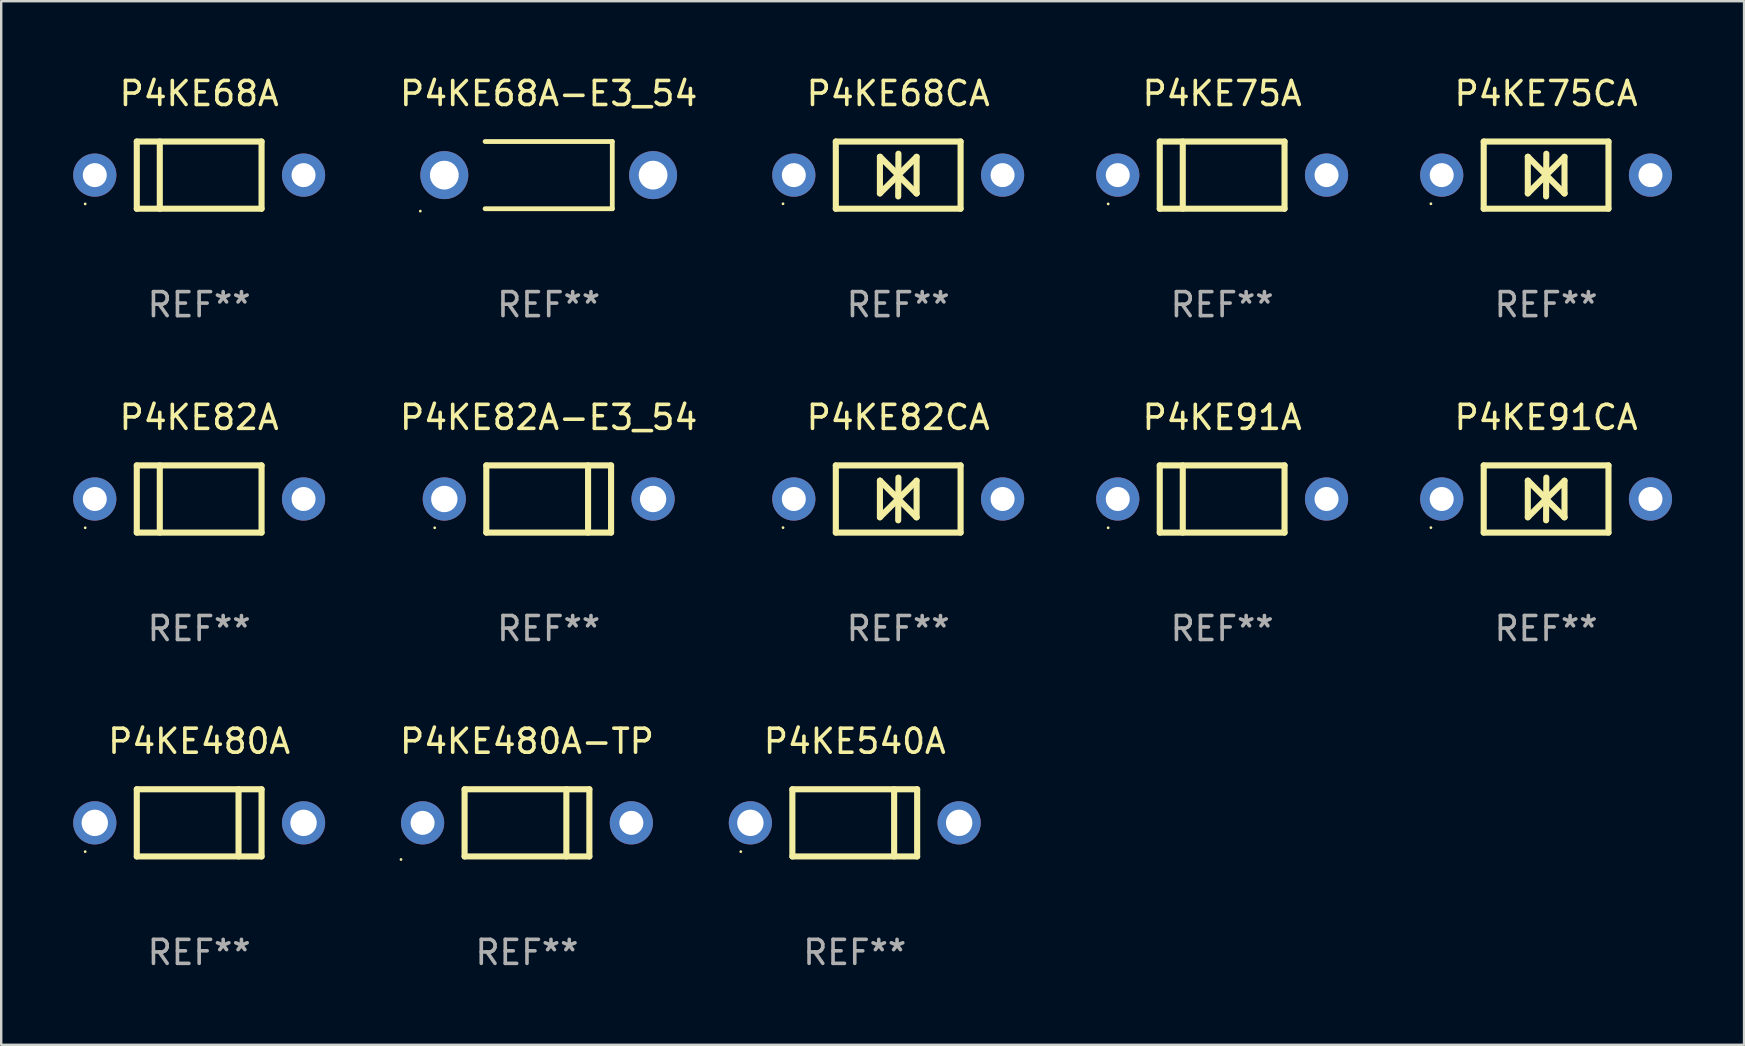
<source format=kicad_pcb>
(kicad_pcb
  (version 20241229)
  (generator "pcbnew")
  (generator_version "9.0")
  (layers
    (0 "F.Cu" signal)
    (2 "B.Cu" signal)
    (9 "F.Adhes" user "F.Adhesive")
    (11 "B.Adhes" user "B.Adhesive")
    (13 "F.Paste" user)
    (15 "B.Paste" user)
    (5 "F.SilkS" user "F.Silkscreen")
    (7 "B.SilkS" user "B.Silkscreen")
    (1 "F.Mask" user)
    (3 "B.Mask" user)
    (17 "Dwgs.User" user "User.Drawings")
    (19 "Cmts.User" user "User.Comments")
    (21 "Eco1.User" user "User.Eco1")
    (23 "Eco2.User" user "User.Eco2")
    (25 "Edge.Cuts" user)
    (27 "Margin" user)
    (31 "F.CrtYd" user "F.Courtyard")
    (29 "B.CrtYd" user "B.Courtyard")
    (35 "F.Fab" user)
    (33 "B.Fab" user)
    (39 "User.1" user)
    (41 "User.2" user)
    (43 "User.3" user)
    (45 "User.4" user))
  (footprint "P4KE68CA"
    (layer "F.Cu")
    (at 34.381 4.248)
    (property "Reference" "P4KE68CA" (at 0 -3.4 0) (layer "F.SilkS") (effects (font (size 1 1) (thickness 0.15))))
    (attr through_hole)
    (fp_line (start -2.6 1.4) (end -2.6 -1.4) (stroke (width 0.254) (type solid)) (layer "F.SilkS"))
    (fp_line (start -0.762 -0.762) (end -0.762 0.762) (stroke (width 0.254) (type solid)) (layer "F.SilkS"))
    (fp_line (start -0.762 0.762) (end 0.006 -0.006) (stroke (width 0.254) (type solid)) (layer "F.SilkS"))
    (fp_line (start -0.755 -0.762) (end -0.762 -0.762) (stroke (width 0.254) (type solid)) (layer "F.SilkS"))
    (fp_line (start -0.001 0.004) (end -0.001 0.095) (stroke (width 0.254) (type solid)) (layer "F.SilkS"))
    (fp_line (start 0 0) (end 0.761 0.761) (stroke (width 0.254) (type solid)) (layer "F.SilkS"))
    (fp_line (start 0 0.889) (end 0.01 -0.892) (stroke (width 0.254) (type solid)) (layer "F.SilkS"))
    (fp_line (start 0.005 -0.001) (end -0.755 -0.762) (stroke (width 0.254) (type solid)) (layer "F.SilkS"))
    (fp_line (start 0.006 -0.006) (end 0.006 -0.096) (stroke (width 0.254) (type solid)) (layer "F.SilkS"))
    (fp_line (start 0.761 0.761) (end 0.767 0.761) (stroke (width 0.254) (type solid)) (layer "F.SilkS"))
    (fp_line (start 0.767 -0.763) (end -0.001 0.004) (stroke (width 0.254) (type solid)) (layer "F.SilkS"))
    (fp_line (start 0.767 0.761) (end 0.767 -0.763) (stroke (width 0.254) (type solid)) (layer "F.SilkS"))
    (fp_line (start 2.6 -1.4) (end -2.6 -1.4) (stroke (width 0.254) (type solid)) (layer "F.SilkS"))
    (fp_line (start 2.6 1.4) (end -2.6 1.4) (stroke (width 0.254) (type solid)) (layer "F.SilkS"))
    (fp_line (start 2.6 1.4) (end 2.6 -1.4) (stroke (width 0.254) (type solid)) (layer "F.SilkS"))
    (fp_circle (center -4.8 1.194) (end -4.77 1.194) (stroke (width 0.06) (type solid)) (fill no) (layer "F.SilkS"))
    (fp_text user "REF**" (at 0 5.4 0) (layer "F.Fab") (effects (font (size 1 1) (thickness 0.15))))
    (pad "1" thru_hole circle (at -4.35 0) (size 1.8 1.8) (drill 1) (layers "*.Cu" "*.Mask"))
    (pad "2" thru_hole circle (at 4.35 0) (size 1.8 1.8) (drill 1) (layers "*.Cu" "*.Mask")))
  (footprint "P4KE91A"
    (layer "F.Cu")
    (at 47.881 17.745)
    (property "Reference" "P4KE91A" (at 0 -3.4 0) (layer "F.SilkS") (effects (font (size 1 1) (thickness 0.15))))
    (attr through_hole)
    (fp_line (start -2.6 -1.4) (end -2.6 1.4) (stroke (width 0.254) (type solid)) (layer "F.SilkS"))
    (fp_line (start -2.6 -1.4) (end 2.6 -1.4) (stroke (width 0.254) (type solid)) (layer "F.SilkS"))
    (fp_line (start -2.6 1.4) (end 2.6 1.4) (stroke (width 0.254) (type solid)) (layer "F.SilkS"))
    (fp_line (start -1.641 -1.4) (end -1.641 1.4) (stroke (width 0.254) (type solid)) (layer "F.SilkS"))
    (fp_line (start 2.6 -1.4) (end 2.6 1.4) (stroke (width 0.254) (type solid)) (layer "F.SilkS"))
    (fp_circle (center -4.75 1.2) (end -4.72 1.2) (stroke (width 0.06) (type solid)) (fill no) (layer "F.SilkS"))
    (fp_text user "REF**" (at 0 5.4 0) (layer "F.Fab") (effects (font (size 1 1) (thickness 0.15))))
    (pad "1" thru_hole circle (at -4.35 0) (size 1.8 1.8) (drill 1) (layers "*.Cu" "*.Mask"))
    (pad "2" thru_hole circle (at 4.35 0) (size 1.8 1.8) (drill 1) (layers "*.Cu" "*.Mask")))
  (footprint "P4KE68A"
    (layer "F.Cu")
    (at 5.25 4.248)
    (property "Reference" "P4KE68A" (at 0 -3.4 0) (layer "F.SilkS") (effects (font (size 1 1) (thickness 0.15))))
    (attr through_hole)
    (fp_line (start -2.6 -1.4) (end -2.6 1.4) (stroke (width 0.254) (type solid)) (layer "F.SilkS"))
    (fp_line (start -2.6 -1.4) (end 2.6 -1.4) (stroke (width 0.254) (type solid)) (layer "F.SilkS"))
    (fp_line (start -2.6 1.4) (end 2.6 1.4) (stroke (width 0.254) (type solid)) (layer "F.SilkS"))
    (fp_line (start -1.641 -1.4) (end -1.641 1.4) (stroke (width 0.254) (type solid)) (layer "F.SilkS"))
    (fp_line (start 2.6 -1.4) (end 2.6 1.4) (stroke (width 0.254) (type solid)) (layer "F.SilkS"))
    (fp_circle (center -4.75 1.2) (end -4.72 1.2) (stroke (width 0.06) (type solid)) (fill no) (layer "F.SilkS"))
    (fp_text user "REF**" (at 0 5.4 0) (layer "F.Fab") (effects (font (size 1 1) (thickness 0.15))))
    (pad "1" thru_hole circle (at -4.35 0) (size 1.8 1.8) (drill 1) (layers "*.Cu" "*.Mask"))
    (pad "2" thru_hole circle (at 4.35 0) (size 1.8 1.8) (drill 1) (layers "*.Cu" "*.Mask")))
  (footprint "P4KE82A-E3_54"
    (layer "F.Cu")
    (at 19.816 17.745)
    (property "Reference" "P4KE82A-E3_54" (at 0 -3.4 0) (layer "F.SilkS") (effects (font (size 1 1) (thickness 0.15))))
    (attr through_hole)
    (fp_line (start -2.6 1.4) (end -2.6 -1.4) (stroke (width 0.254) (type solid)) (layer "F.SilkS"))
    (fp_line (start 1.641 1.4) (end 1.641 -1.4) (stroke (width 0.254) (type solid)) (layer "F.SilkS"))
    (fp_line (start 2.6 -1.4) (end -2.6 -1.4) (stroke (width 0.254) (type solid)) (layer "F.SilkS"))
    (fp_line (start 2.6 1.4) (end -2.6 1.4) (stroke (width 0.254) (type solid)) (layer "F.SilkS"))
    (fp_line (start 2.6 1.4) (end 2.6 -1.4) (stroke (width 0.254) (type solid)) (layer "F.SilkS"))
    (fp_circle (center -4.75 1.2) (end -4.72 1.2) (stroke (width 0.06) (type solid)) (fill no) (layer "F.SilkS"))
    (fp_text user "REF**" (at 0 5.4 0) (layer "F.Fab") (effects (font (size 1 1) (thickness 0.15))))
    (pad "1" thru_hole circle (at -4.35 0) (size 1.8 1.8) (drill 1.1) (layers "*.Cu" "*.Mask"))
    (pad "2" thru_hole circle (at 4.35 0) (size 1.8 1.8) (drill 1.1) (layers "*.Cu" "*.Mask")))
  (footprint "P4KE540A"
    (layer "F.Cu")
    (at 32.571 31.241)
    (property "Reference" "P4KE540A" (at 0 -3.4 0) (layer "F.SilkS") (effects (font (size 1 1) (thickness 0.15))))
    (attr through_hole)
    (fp_line (start -2.6 1.4) (end -2.6 -1.4) (stroke (width 0.254) (type solid)) (layer "F.SilkS"))
    (fp_line (start 1.641 1.4) (end 1.641 -1.4) (stroke (width 0.254) (type solid)) (layer "F.SilkS"))
    (fp_line (start 2.6 -1.4) (end -2.6 -1.4) (stroke (width 0.254) (type solid)) (layer "F.SilkS"))
    (fp_line (start 2.6 1.4) (end -2.6 1.4) (stroke (width 0.254) (type solid)) (layer "F.SilkS"))
    (fp_line (start 2.6 1.4) (end 2.6 -1.4) (stroke (width 0.254) (type solid)) (layer "F.SilkS"))
    (fp_circle (center -4.75 1.2) (end -4.72 1.2) (stroke (width 0.06) (type solid)) (fill no) (layer "F.SilkS"))
    (fp_text user "REF**" (at 0 5.4 0) (layer "F.Fab") (effects (font (size 1 1) (thickness 0.15))))
    (pad "1" thru_hole circle (at -4.35 0) (size 1.8 1.8) (drill 1.1) (layers "*.Cu" "*.Mask"))
    (pad "2" thru_hole circle (at 4.35 0) (size 1.8 1.8) (drill 1.1) (layers "*.Cu" "*.Mask")))
  (footprint "P4KE75A"
    (layer "F.Cu")
    (at 47.881 4.248)
    (property "Reference" "P4KE75A" (at 0 -3.4 0) (layer "F.SilkS") (effects (font (size 1 1) (thickness 0.15))))
    (attr through_hole)
    (fp_line (start -2.6 -1.4) (end -2.6 1.4) (stroke (width 0.254) (type solid)) (layer "F.SilkS"))
    (fp_line (start -2.6 -1.4) (end 2.6 -1.4) (stroke (width 0.254) (type solid)) (layer "F.SilkS"))
    (fp_line (start -2.6 1.4) (end 2.6 1.4) (stroke (width 0.254) (type solid)) (layer "F.SilkS"))
    (fp_line (start -1.641 -1.4) (end -1.641 1.4) (stroke (width 0.254) (type solid)) (layer "F.SilkS"))
    (fp_line (start 2.6 -1.4) (end 2.6 1.4) (stroke (width 0.254) (type solid)) (layer "F.SilkS"))
    (fp_circle (center -4.75 1.2) (end -4.72 1.2) (stroke (width 0.06) (type solid)) (fill no) (layer "F.SilkS"))
    (fp_text user "REF**" (at 0 5.4 0) (layer "F.Fab") (effects (font (size 1 1) (thickness 0.15))))
    (pad "1" thru_hole circle (at -4.35 0) (size 1.8 1.8) (drill 1) (layers "*.Cu" "*.Mask"))
    (pad "2" thru_hole circle (at 4.35 0) (size 1.8 1.8) (drill 1) (layers "*.Cu" "*.Mask")))
  (footprint "P4KE480A-TP"
    (layer "F.Cu")
    (at 18.911 31.241)
    (property "Reference" "P4KE480A-TP" (at 0 -3.4 0) (layer "F.SilkS") (effects (font (size 1 1) (thickness 0.15))))
    (attr through_hole)
    (fp_line (start -2.6 1.4) (end -2.6 -1.4) (stroke (width 0.254) (type solid)) (layer "F.SilkS"))
    (fp_line (start 1.641 1.4) (end 1.641 -1.4) (stroke (width 0.254) (type solid)) (layer "F.SilkS"))
    (fp_line (start 2.6 -1.4) (end -2.6 -1.4) (stroke (width 0.254) (type solid)) (layer "F.SilkS"))
    (fp_line (start 2.6 1.4) (end -2.6 1.4) (stroke (width 0.254) (type solid)) (layer "F.SilkS"))
    (fp_line (start 2.6 1.4) (end 2.6 -1.4) (stroke (width 0.254) (type solid)) (layer "F.SilkS"))
    (fp_circle (center -5.25 1.527) (end -5.22 1.527) (stroke (width 0.06) (type solid)) (fill no) (layer "F.SilkS"))
    (fp_text user "REF**" (at 0 5.4 0) (layer "F.Fab") (effects (font (size 1 1) (thickness 0.15))))
    (pad "1" thru_hole circle (at -4.35 0) (size 1.8 1.8) (drill 1) (layers "*.Cu" "*.Mask"))
    (pad "2" thru_hole circle (at 4.35 0) (size 1.8 1.8) (drill 1) (layers "*.Cu" "*.Mask")))
  (footprint "P4KE68A-E3_54"
    (layer "F.Cu")
    (at 19.816 4.248)
    (property "Reference" "P4KE68A-E3_54" (at 0 -3.4 0) (layer "F.SilkS") (effects (font (size 1 1) (thickness 0.15))))
    (attr through_hole)
    (fp_line (start -2.65 1.4) (end 2.65 1.4) (stroke (width 0.2) (type solid)) (layer "F.SilkS"))
    (fp_line (start 2.65 -1.4) (end -2.65 -1.4) (stroke (width 0.2) (type solid)) (layer "F.SilkS"))
    (fp_line (start 2.65 1.4) (end 2.65 -1.4) (stroke (width 0.2) (type solid)) (layer "F.SilkS"))
    (fp_circle (center -5.35 1.5) (end -5.32 1.5) (stroke (width 0.06) (type solid)) (fill no) (layer "F.SilkS"))
    (fp_text user "REF**" (at 0 5.4 0) (layer "F.Fab") (effects (font (size 1 1) (thickness 0.15))))
    (pad "1" thru_hole circle (at -4.35 0) (size 2 2) (drill 1.2) (layers "*.Cu" "*.Mask"))
    (pad "2" thru_hole circle (at 4.35 0) (size 2 2) (drill 1.2) (layers "*.Cu" "*.Mask")))
  (footprint "P4KE82CA"
    (layer "F.Cu")
    (at 34.381 17.745)
    (property "Reference" "P4KE82CA" (at 0 -3.4 0) (layer "F.SilkS") (effects (font (size 1 1) (thickness 0.15))))
    (attr through_hole)
    (fp_line (start -2.6 1.4) (end -2.6 -1.4) (stroke (width 0.254) (type solid)) (layer "F.SilkS"))
    (fp_line (start -0.762 -0.762) (end -0.762 0.762) (stroke (width 0.254) (type solid)) (layer "F.SilkS"))
    (fp_line (start -0.762 0.762) (end 0.006 -0.006) (stroke (width 0.254) (type solid)) (layer "F.SilkS"))
    (fp_line (start -0.755 -0.762) (end -0.762 -0.762) (stroke (width 0.254) (type solid)) (layer "F.SilkS"))
    (fp_line (start -0.001 0.004) (end -0.001 0.095) (stroke (width 0.254) (type solid)) (layer "F.SilkS"))
    (fp_line (start 0 0) (end 0.761 0.761) (stroke (width 0.254) (type solid)) (layer "F.SilkS"))
    (fp_line (start 0 0.889) (end 0.01 -0.892) (stroke (width 0.254) (type solid)) (layer "F.SilkS"))
    (fp_line (start 0.005 -0.001) (end -0.755 -0.762) (stroke (width 0.254) (type solid)) (layer "F.SilkS"))
    (fp_line (start 0.006 -0.006) (end 0.006 -0.096) (stroke (width 0.254) (type solid)) (layer "F.SilkS"))
    (fp_line (start 0.761 0.761) (end 0.767 0.761) (stroke (width 0.254) (type solid)) (layer "F.SilkS"))
    (fp_line (start 0.767 -0.763) (end -0.001 0.004) (stroke (width 0.254) (type solid)) (layer "F.SilkS"))
    (fp_line (start 0.767 0.761) (end 0.767 -0.763) (stroke (width 0.254) (type solid)) (layer "F.SilkS"))
    (fp_line (start 2.6 -1.4) (end -2.6 -1.4) (stroke (width 0.254) (type solid)) (layer "F.SilkS"))
    (fp_line (start 2.6 1.4) (end -2.6 1.4) (stroke (width 0.254) (type solid)) (layer "F.SilkS"))
    (fp_line (start 2.6 1.4) (end 2.6 -1.4) (stroke (width 0.254) (type solid)) (layer "F.SilkS"))
    (fp_circle (center -4.8 1.194) (end -4.77 1.194) (stroke (width 0.06) (type solid)) (fill no) (layer "F.SilkS"))
    (fp_text user "REF**" (at 0 5.4 0) (layer "F.Fab") (effects (font (size 1 1) (thickness 0.15))))
    (pad "1" thru_hole circle (at -4.35 0) (size 1.8 1.8) (drill 1) (layers "*.Cu" "*.Mask"))
    (pad "2" thru_hole circle (at 4.35 0) (size 1.8 1.8) (drill 1) (layers "*.Cu" "*.Mask")))
  (footprint "P4KE480A"
    (layer "F.Cu")
    (at 5.25 31.241)
    (property "Reference" "P4KE480A" (at 0 -3.4 0) (layer "F.SilkS") (effects (font (size 1 1) (thickness 0.15))))
    (attr through_hole)
    (fp_line (start -2.6 1.4) (end -2.6 -1.4) (stroke (width 0.254) (type solid)) (layer "F.SilkS"))
    (fp_line (start 1.641 1.4) (end 1.641 -1.4) (stroke (width 0.254) (type solid)) (layer "F.SilkS"))
    (fp_line (start 2.6 -1.4) (end -2.6 -1.4) (stroke (width 0.254) (type solid)) (layer "F.SilkS"))
    (fp_line (start 2.6 1.4) (end -2.6 1.4) (stroke (width 0.254) (type solid)) (layer "F.SilkS"))
    (fp_line (start 2.6 1.4) (end 2.6 -1.4) (stroke (width 0.254) (type solid)) (layer "F.SilkS"))
    (fp_circle (center -4.75 1.2) (end -4.72 1.2) (stroke (width 0.06) (type solid)) (fill no) (layer "F.SilkS"))
    (fp_text user "REF**" (at 0 5.4 0) (layer "F.Fab") (effects (font (size 1 1) (thickness 0.15))))
    (pad "1" thru_hole circle (at -4.35 0) (size 1.8 1.8) (drill 1.1) (layers "*.Cu" "*.Mask"))
    (pad "2" thru_hole circle (at 4.35 0) (size 1.8 1.8) (drill 1.1) (layers "*.Cu" "*.Mask")))
  (footprint "P4KE91CA"
    (layer "F.Cu")
    (at 61.381 17.745)
    (property "Reference" "P4KE91CA" (at 0 -3.4 0) (layer "F.SilkS") (effects (font (size 1 1) (thickness 0.15))))
    (attr through_hole)
    (fp_line (start -2.6 1.4) (end -2.6 -1.4) (stroke (width 0.254) (type solid)) (layer "F.SilkS"))
    (fp_line (start -0.762 -0.762) (end -0.762 0.762) (stroke (width 0.254) (type solid)) (layer "F.SilkS"))
    (fp_line (start -0.762 0.762) (end 0.006 -0.006) (stroke (width 0.254) (type solid)) (layer "F.SilkS"))
    (fp_line (start -0.755 -0.762) (end -0.762 -0.762) (stroke (width 0.254) (type solid)) (layer "F.SilkS"))
    (fp_line (start -0.001 0.004) (end -0.001 0.095) (stroke (width 0.254) (type solid)) (layer "F.SilkS"))
    (fp_line (start 0 0) (end 0.761 0.761) (stroke (width 0.254) (type solid)) (layer "F.SilkS"))
    (fp_line (start 0 0.889) (end 0.01 -0.892) (stroke (width 0.254) (type solid)) (layer "F.SilkS"))
    (fp_line (start 0.005 -0.001) (end -0.755 -0.762) (stroke (width 0.254) (type solid)) (layer "F.SilkS"))
    (fp_line (start 0.006 -0.006) (end 0.006 -0.096) (stroke (width 0.254) (type solid)) (layer "F.SilkS"))
    (fp_line (start 0.761 0.761) (end 0.767 0.761) (stroke (width 0.254) (type solid)) (layer "F.SilkS"))
    (fp_line (start 0.767 -0.763) (end -0.001 0.004) (stroke (width 0.254) (type solid)) (layer "F.SilkS"))
    (fp_line (start 0.767 0.761) (end 0.767 -0.763) (stroke (width 0.254) (type solid)) (layer "F.SilkS"))
    (fp_line (start 2.6 -1.4) (end -2.6 -1.4) (stroke (width 0.254) (type solid)) (layer "F.SilkS"))
    (fp_line (start 2.6 1.4) (end -2.6 1.4) (stroke (width 0.254) (type solid)) (layer "F.SilkS"))
    (fp_line (start 2.6 1.4) (end 2.6 -1.4) (stroke (width 0.254) (type solid)) (layer "F.SilkS"))
    (fp_circle (center -4.8 1.194) (end -4.77 1.194) (stroke (width 0.06) (type solid)) (fill no) (layer "F.SilkS"))
    (fp_text user "REF**" (at 0 5.4 0) (layer "F.Fab") (effects (font (size 1 1) (thickness 0.15))))
    (pad "1" thru_hole circle (at -4.35 0) (size 1.8 1.8) (drill 1) (layers "*.Cu" "*.Mask"))
    (pad "2" thru_hole circle (at 4.35 0) (size 1.8 1.8) (drill 1) (layers "*.Cu" "*.Mask")))
  (footprint "P4KE75CA"
    (layer "F.Cu")
    (at 61.381 4.248)
    (property "Reference" "P4KE75CA" (at 0 -3.4 0) (layer "F.SilkS") (effects (font (size 1 1) (thickness 0.15))))
    (attr through_hole)
    (fp_line (start -2.6 1.4) (end -2.6 -1.4) (stroke (width 0.254) (type solid)) (layer "F.SilkS"))
    (fp_line (start -0.762 -0.762) (end -0.762 0.762) (stroke (width 0.254) (type solid)) (layer "F.SilkS"))
    (fp_line (start -0.762 0.762) (end 0.006 -0.006) (stroke (width 0.254) (type solid)) (layer "F.SilkS"))
    (fp_line (start -0.755 -0.762) (end -0.762 -0.762) (stroke (width 0.254) (type solid)) (layer "F.SilkS"))
    (fp_line (start -0.001 0.004) (end -0.001 0.095) (stroke (width 0.254) (type solid)) (layer "F.SilkS"))
    (fp_line (start 0 0) (end 0.761 0.761) (stroke (width 0.254) (type solid)) (layer "F.SilkS"))
    (fp_line (start 0 0.889) (end 0.01 -0.892) (stroke (width 0.254) (type solid)) (layer "F.SilkS"))
    (fp_line (start 0.005 -0.001) (end -0.755 -0.762) (stroke (width 0.254) (type solid)) (layer "F.SilkS"))
    (fp_line (start 0.006 -0.006) (end 0.006 -0.096) (stroke (width 0.254) (type solid)) (layer "F.SilkS"))
    (fp_line (start 0.761 0.761) (end 0.767 0.761) (stroke (width 0.254) (type solid)) (layer "F.SilkS"))
    (fp_line (start 0.767 -0.763) (end -0.001 0.004) (stroke (width 0.254) (type solid)) (layer "F.SilkS"))
    (fp_line (start 0.767 0.761) (end 0.767 -0.763) (stroke (width 0.254) (type solid)) (layer "F.SilkS"))
    (fp_line (start 2.6 -1.4) (end -2.6 -1.4) (stroke (width 0.254) (type solid)) (layer "F.SilkS"))
    (fp_line (start 2.6 1.4) (end -2.6 1.4) (stroke (width 0.254) (type solid)) (layer "F.SilkS"))
    (fp_line (start 2.6 1.4) (end 2.6 -1.4) (stroke (width 0.254) (type solid)) (layer "F.SilkS"))
    (fp_circle (center -4.8 1.194) (end -4.77 1.194) (stroke (width 0.06) (type solid)) (fill no) (layer "F.SilkS"))
    (fp_text user "REF**" (at 0 5.4 0) (layer "F.Fab") (effects (font (size 1 1) (thickness 0.15))))
    (pad "1" thru_hole circle (at -4.35 0) (size 1.8 1.8) (drill 1) (layers "*.Cu" "*.Mask"))
    (pad "2" thru_hole circle (at 4.35 0) (size 1.8 1.8) (drill 1) (layers "*.Cu" "*.Mask")))
  (footprint "P4KE82A"
    (layer "F.Cu")
    (at 5.25 17.745)
    (property "Reference" "P4KE82A" (at 0 -3.4 0) (layer "F.SilkS") (effects (font (size 1 1) (thickness 0.15))))
    (attr through_hole)
    (fp_line (start -2.6 -1.4) (end -2.6 1.4) (stroke (width 0.254) (type solid)) (layer "F.SilkS"))
    (fp_line (start -2.6 -1.4) (end 2.6 -1.4) (stroke (width 0.254) (type solid)) (layer "F.SilkS"))
    (fp_line (start -2.6 1.4) (end 2.6 1.4) (stroke (width 0.254) (type solid)) (layer "F.SilkS"))
    (fp_line (start -1.641 -1.4) (end -1.641 1.4) (stroke (width 0.254) (type solid)) (layer "F.SilkS"))
    (fp_line (start 2.6 -1.4) (end 2.6 1.4) (stroke (width 0.254) (type solid)) (layer "F.SilkS"))
    (fp_circle (center -4.75 1.2) (end -4.72 1.2) (stroke (width 0.06) (type solid)) (fill no) (layer "F.SilkS"))
    (fp_text user "REF**" (at 0 5.4 0) (layer "F.Fab") (effects (font (size 1 1) (thickness 0.15))))
    (pad "1" thru_hole circle (at -4.35 0) (size 1.8 1.8) (drill 1) (layers "*.Cu" "*.Mask"))
    (pad "2" thru_hole circle (at 4.35 0) (size 1.8 1.8) (drill 1) (layers "*.Cu" "*.Mask")))
  (gr_rect
    (start -3 -3)
    (end 69.631 40.49)
    (stroke (width 0.1) (type default))
    (fill no)
    (layer "Edge.Cuts")))
</source>
